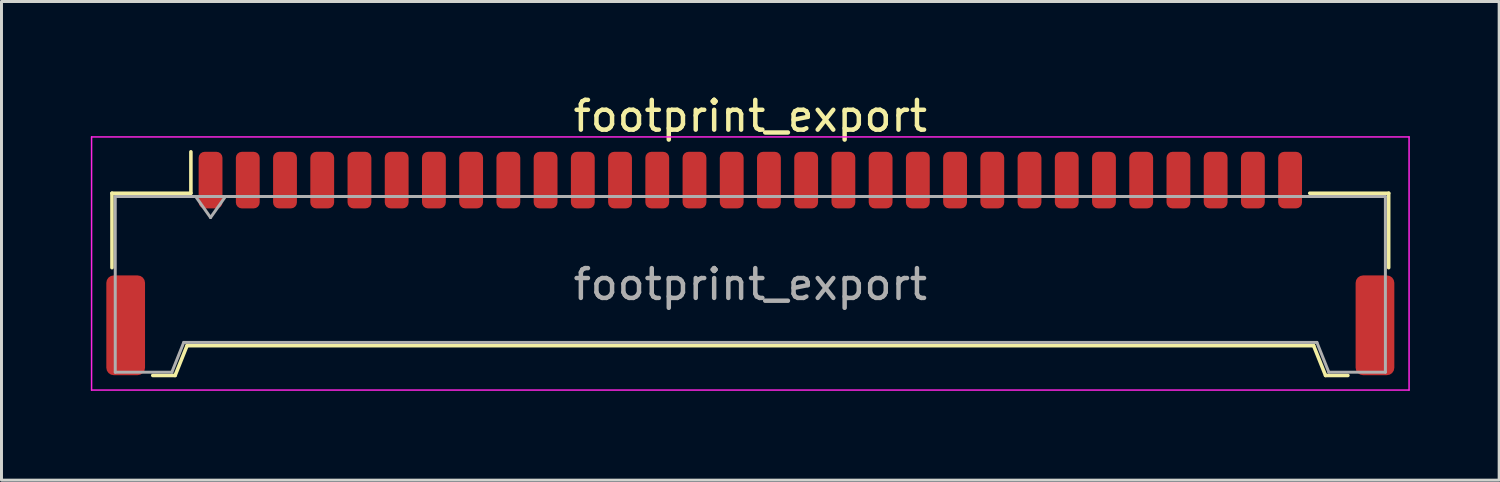
<source format=kicad_pcb>
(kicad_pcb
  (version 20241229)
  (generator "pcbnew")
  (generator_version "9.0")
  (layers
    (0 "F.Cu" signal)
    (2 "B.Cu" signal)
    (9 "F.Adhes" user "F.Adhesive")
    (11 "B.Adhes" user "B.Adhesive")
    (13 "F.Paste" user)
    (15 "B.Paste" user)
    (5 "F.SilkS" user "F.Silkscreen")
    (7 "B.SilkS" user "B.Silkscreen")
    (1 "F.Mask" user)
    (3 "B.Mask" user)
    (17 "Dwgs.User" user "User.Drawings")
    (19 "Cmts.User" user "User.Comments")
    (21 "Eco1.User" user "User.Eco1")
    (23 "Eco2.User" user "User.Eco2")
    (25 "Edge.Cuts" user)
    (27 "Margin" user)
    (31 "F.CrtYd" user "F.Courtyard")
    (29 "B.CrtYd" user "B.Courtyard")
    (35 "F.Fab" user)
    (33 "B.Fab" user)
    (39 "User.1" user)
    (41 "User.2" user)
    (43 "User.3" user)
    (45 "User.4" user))
  (footprint "footprint_export"
    (layer "F.Cu")
    (at 22.145 5.798)
    (property "Reference" "footprint_export" (at 0 -4.95 0) (layer "F.SilkS") (effects (font (size 1 1) (thickness 0.15))))
    (attr smd)
    (fp_line (start -21.435 -2.36) (end -18.785 -2.36) (stroke (width 0.12) (type solid)) (layer "F.SilkS"))
    (fp_line (start -21.435 0.14) (end -21.435 -2.36) (stroke (width 0.12) (type solid)) (layer "F.SilkS"))
    (fp_line (start -20.065 3.76) (end -19.315 3.76) (stroke (width 0.12) (type solid)) (layer "F.SilkS"))
    (fp_line (start -19.315 3.76) (end -18.915 2.76) (stroke (width 0.12) (type solid)) (layer "F.SilkS"))
    (fp_line (start -18.915 2.76) (end 18.915 2.76) (stroke (width 0.12) (type solid)) (layer "F.SilkS"))
    (fp_line (start -18.785 -2.36) (end -18.785 -3.75) (stroke (width 0.12) (type solid)) (layer "F.SilkS"))
    (fp_line (start 18.915 2.76) (end 19.315 3.76) (stroke (width 0.12) (type solid)) (layer "F.SilkS"))
    (fp_line (start 19.315 3.76) (end 20.065 3.76) (stroke (width 0.12) (type solid)) (layer "F.SilkS"))
    (fp_line (start 21.435 -2.36) (end 18.785 -2.36) (stroke (width 0.12) (type solid)) (layer "F.SilkS"))
    (fp_line (start 21.435 0.14) (end 21.435 -2.36) (stroke (width 0.12) (type solid)) (layer "F.SilkS"))
    (fp_line (start -22.12 -4.25) (end -22.12 4.25) (stroke (width 0.05) (type solid)) (layer "F.CrtYd"))
    (fp_line (start -22.12 4.25) (end 22.12 4.25) (stroke (width 0.05) (type solid)) (layer "F.CrtYd"))
    (fp_line (start 22.12 -4.25) (end -22.12 -4.25) (stroke (width 0.05) (type solid)) (layer "F.CrtYd"))
    (fp_line (start 22.12 4.25) (end 22.12 -4.25) (stroke (width 0.05) (type solid)) (layer "F.CrtYd"))
    (fp_line (start -21.325 -2.25) (end -21.325 3.65) (stroke (width 0.1) (type solid)) (layer "F.Fab"))
    (fp_line (start -21.325 -2.25) (end 21.325 -2.25) (stroke (width 0.1) (type solid)) (layer "F.Fab"))
    (fp_line (start -21.325 3.65) (end -19.425 3.65) (stroke (width 0.1) (type solid)) (layer "F.Fab"))
    (fp_line (start -19.425 3.65) (end -19.025 2.65) (stroke (width 0.1) (type solid)) (layer "F.Fab"))
    (fp_line (start -19.025 2.65) (end 19.025 2.65) (stroke (width 0.1) (type solid)) (layer "F.Fab"))
    (fp_line (start -18.625 -2.25) (end -18.125 -1.543) (stroke (width 0.1) (type solid)) (layer "F.Fab"))
    (fp_line (start -18.125 -1.543) (end -17.625 -2.25) (stroke (width 0.1) (type solid)) (layer "F.Fab"))
    (fp_line (start 19.025 2.65) (end 19.425 3.65) (stroke (width 0.1) (type solid)) (layer "F.Fab"))
    (fp_line (start 19.425 3.65) (end 21.325 3.65) (stroke (width 0.1) (type solid)) (layer "F.Fab"))
    (fp_line (start 21.325 -2.25) (end 21.325 3.65) (stroke (width 0.1) (type solid)) (layer "F.Fab"))
    (fp_text user "${REFERENCE}" (at 0 0.7 0) (layer "F.Fab") (effects (font (size 1 1) (thickness 0.15))))
    (pad "1" smd roundrect (at -18.125 -2.8) (size 0.8 1.9) (layers "F.Cu" "F.Mask" "F.Paste") (roundrect_rratio 0.25))
    (pad "2" smd roundrect (at -16.875 -2.8) (size 0.8 1.9) (layers "F.Cu" "F.Mask" "F.Paste") (roundrect_rratio 0.25))
    (pad "3" smd roundrect (at -15.625 -2.8) (size 0.8 1.9) (layers "F.Cu" "F.Mask" "F.Paste") (roundrect_rratio 0.25))
    (pad "4" smd roundrect (at -14.375 -2.8) (size 0.8 1.9) (layers "F.Cu" "F.Mask" "F.Paste") (roundrect_rratio 0.25))
    (pad "5" smd roundrect (at -13.125 -2.8) (size 0.8 1.9) (layers "F.Cu" "F.Mask" "F.Paste") (roundrect_rratio 0.25))
    (pad "6" smd roundrect (at -11.875 -2.8) (size 0.8 1.9) (layers "F.Cu" "F.Mask" "F.Paste") (roundrect_rratio 0.25))
    (pad "7" smd roundrect (at -10.625 -2.8) (size 0.8 1.9) (layers "F.Cu" "F.Mask" "F.Paste") (roundrect_rratio 0.25))
    (pad "8" smd roundrect (at -9.375 -2.8) (size 0.8 1.9) (layers "F.Cu" "F.Mask" "F.Paste") (roundrect_rratio 0.25))
    (pad "9" smd roundrect (at -8.125 -2.8) (size 0.8 1.9) (layers "F.Cu" "F.Mask" "F.Paste") (roundrect_rratio 0.25))
    (pad "10" smd roundrect (at -6.875 -2.8) (size 0.8 1.9) (layers "F.Cu" "F.Mask" "F.Paste") (roundrect_rratio 0.25))
    (pad "11" smd roundrect (at -5.625 -2.8) (size 0.8 1.9) (layers "F.Cu" "F.Mask" "F.Paste") (roundrect_rratio 0.25))
    (pad "12" smd roundrect (at -4.375 -2.8) (size 0.8 1.9) (layers "F.Cu" "F.Mask" "F.Paste") (roundrect_rratio 0.25))
    (pad "13" smd roundrect (at -3.125 -2.8) (size 0.8 1.9) (layers "F.Cu" "F.Mask" "F.Paste") (roundrect_rratio 0.25))
    (pad "14" smd roundrect (at -1.875 -2.8) (size 0.8 1.9) (layers "F.Cu" "F.Mask" "F.Paste") (roundrect_rratio 0.25))
    (pad "15" smd roundrect (at -0.625 -2.8) (size 0.8 1.9) (layers "F.Cu" "F.Mask" "F.Paste") (roundrect_rratio 0.25))
    (pad "16" smd roundrect (at 0.625 -2.8) (size 0.8 1.9) (layers "F.Cu" "F.Mask" "F.Paste") (roundrect_rratio 0.25))
    (pad "17" smd roundrect (at 1.875 -2.8) (size 0.8 1.9) (layers "F.Cu" "F.Mask" "F.Paste") (roundrect_rratio 0.25))
    (pad "18" smd roundrect (at 3.125 -2.8) (size 0.8 1.9) (layers "F.Cu" "F.Mask" "F.Paste") (roundrect_rratio 0.25))
    (pad "19" smd roundrect (at 4.375 -2.8) (size 0.8 1.9) (layers "F.Cu" "F.Mask" "F.Paste") (roundrect_rratio 0.25))
    (pad "20" smd roundrect (at 5.625 -2.8) (size 0.8 1.9) (layers "F.Cu" "F.Mask" "F.Paste") (roundrect_rratio 0.25))
    (pad "21" smd roundrect (at 6.875 -2.8) (size 0.8 1.9) (layers "F.Cu" "F.Mask" "F.Paste") (roundrect_rratio 0.25))
    (pad "22" smd roundrect (at 8.125 -2.8) (size 0.8 1.9) (layers "F.Cu" "F.Mask" "F.Paste") (roundrect_rratio 0.25))
    (pad "23" smd roundrect (at 9.375 -2.8) (size 0.8 1.9) (layers "F.Cu" "F.Mask" "F.Paste") (roundrect_rratio 0.25))
    (pad "24" smd roundrect (at 10.625 -2.8) (size 0.8 1.9) (layers "F.Cu" "F.Mask" "F.Paste") (roundrect_rratio 0.25))
    (pad "25" smd roundrect (at 11.875 -2.8) (size 0.8 1.9) (layers "F.Cu" "F.Mask" "F.Paste") (roundrect_rratio 0.25))
    (pad "26" smd roundrect (at 13.125 -2.8) (size 0.8 1.9) (layers "F.Cu" "F.Mask" "F.Paste") (roundrect_rratio 0.25))
    (pad "27" smd roundrect (at 14.375 -2.8) (size 0.8 1.9) (layers "F.Cu" "F.Mask" "F.Paste") (roundrect_rratio 0.25))
    (pad "28" smd roundrect (at 15.625 -2.8) (size 0.8 1.9) (layers "F.Cu" "F.Mask" "F.Paste") (roundrect_rratio 0.25))
    (pad "29" smd roundrect (at 16.875 -2.8) (size 0.8 1.9) (layers "F.Cu" "F.Mask" "F.Paste") (roundrect_rratio 0.25))
    (pad "30" smd roundrect (at 18.125 -2.8) (size 0.8 1.9) (layers "F.Cu" "F.Mask" "F.Paste") (roundrect_rratio 0.25))
    (pad "MP" smd roundrect (at -20.975 2.075) (size 1.3 3.35) (layers "F.Cu" "F.Mask" "F.Paste") (roundrect_rratio 0.192))
    (pad "MP" smd roundrect (at 20.975 2.075) (size 1.3 3.35) (layers "F.Cu" "F.Mask" "F.Paste") (roundrect_rratio 0.192)))
  (gr_rect
    (start -3 -3)
    (end 47.29 13.073)
    (stroke (width 0.1) (type default))
    (fill no)
    (layer "Edge.Cuts")))
</source>
